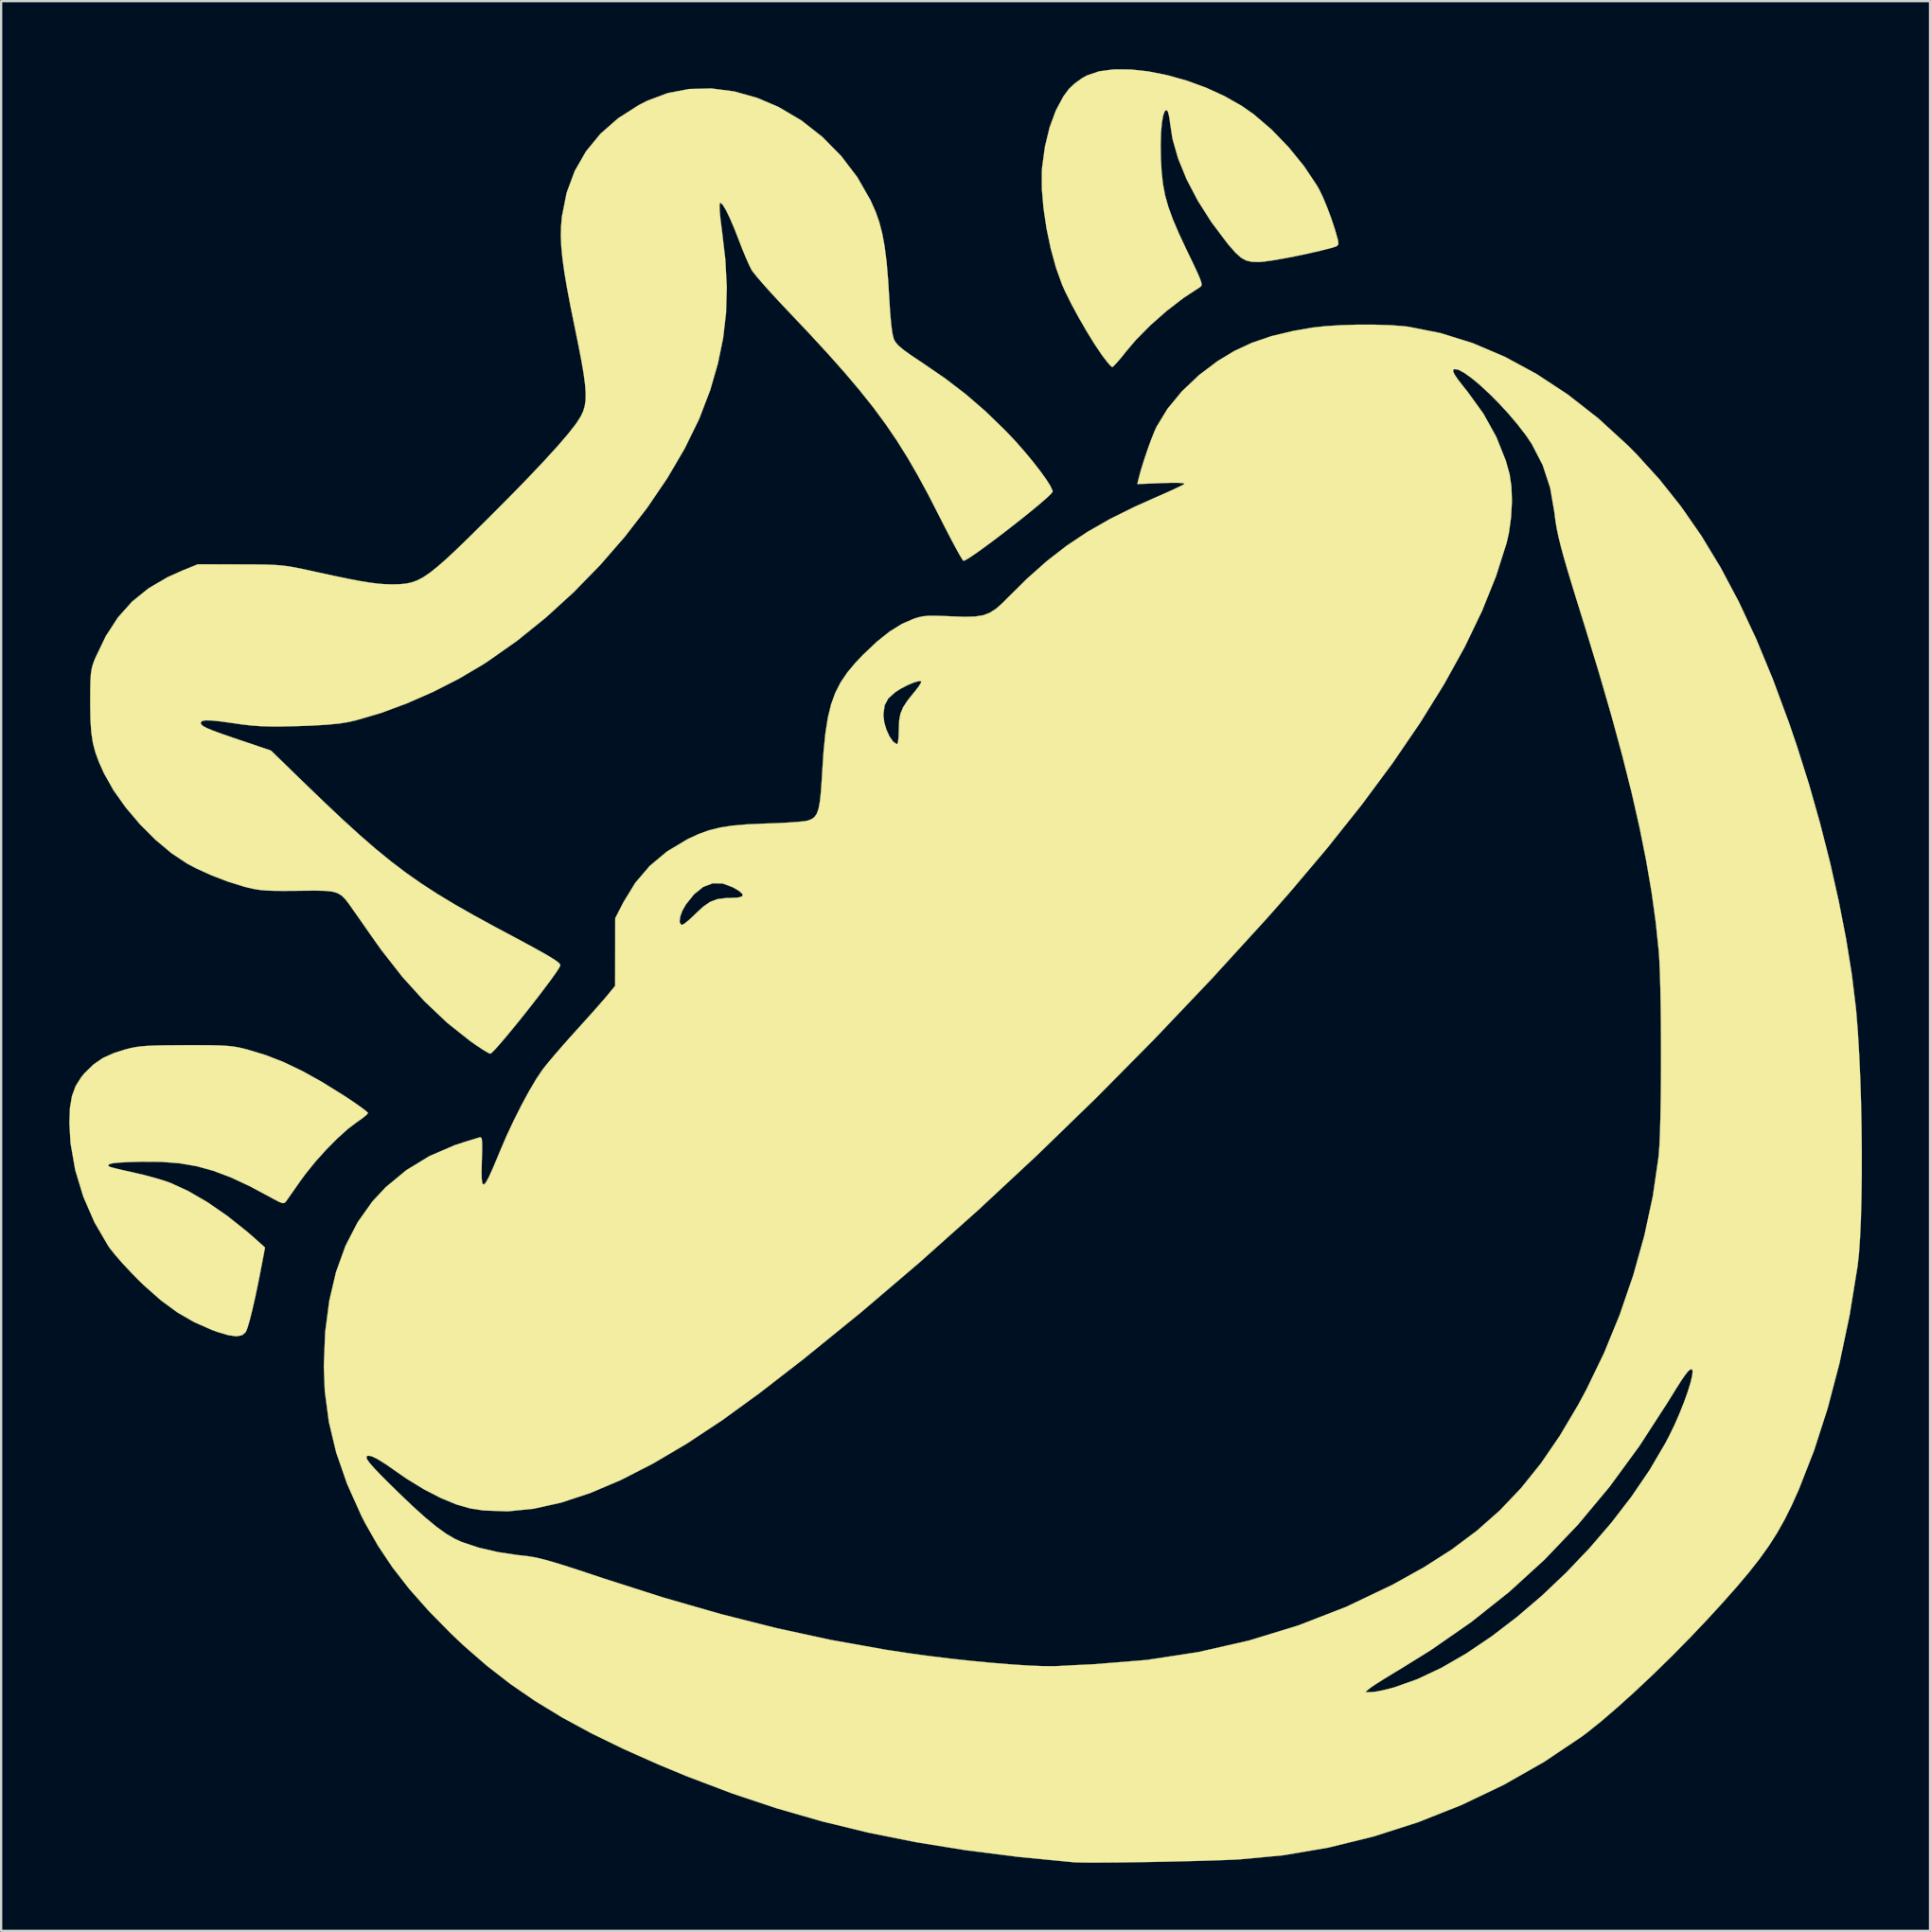
<source format=kicad_pcb>
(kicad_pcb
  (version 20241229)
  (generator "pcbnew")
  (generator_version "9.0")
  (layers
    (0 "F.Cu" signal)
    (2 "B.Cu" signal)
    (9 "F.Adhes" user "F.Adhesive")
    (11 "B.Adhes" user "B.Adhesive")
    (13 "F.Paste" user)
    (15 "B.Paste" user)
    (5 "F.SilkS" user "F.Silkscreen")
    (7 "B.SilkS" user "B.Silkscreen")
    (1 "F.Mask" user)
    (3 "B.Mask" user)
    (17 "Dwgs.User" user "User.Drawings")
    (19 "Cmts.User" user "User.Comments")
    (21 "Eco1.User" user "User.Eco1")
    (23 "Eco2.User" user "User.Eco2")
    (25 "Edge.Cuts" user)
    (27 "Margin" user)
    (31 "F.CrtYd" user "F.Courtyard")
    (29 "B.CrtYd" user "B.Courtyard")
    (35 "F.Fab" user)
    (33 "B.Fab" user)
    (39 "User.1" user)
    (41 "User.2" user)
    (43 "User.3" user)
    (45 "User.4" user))
  (footprint "Silkscreen"
    (layer "F.Cu")
    (at 40.416 32.333)
    (property "Reference" "Silkscreen" (at 0 0 0) (layer "F.SilkS") (effects (font (size 1.524 1.524) (thickness 0.3))))
    (attr through_hole)
    (fp_poly (pts (xy 6.304 -32.325) (xy 7.104 -32.237) (xy 7.943 -32.07) (xy 8.796 -31.829) (xy 9.638 -31.521) (xy 10.447 -31.15) (xy 11.198 -30.724) (xy 11.726 -30.356) (xy 12.511 -29.685) (xy 13.263 -28.907) (xy 13.943 -28.071) (xy 14.509 -27.223) (xy 14.604 -27.057) (xy 14.77 -26.718) (xy 14.956 -26.272) (xy 15.142 -25.775) (xy 15.306 -25.284) (xy 15.427 -24.855) (xy 15.443 -24.79) (xy 15.461 -24.641) (xy 15.4 -24.554) (xy 15.222 -24.487) (xy 15.149 -24.467) (xy 14.661 -24.343) (xy 14.119 -24.219) (xy 13.561 -24.102) (xy 13.025 -23.999) (xy 12.548 -23.917) (xy 12.169 -23.865) (xy 11.966 -23.848) (xy 11.654 -23.855) (xy 11.402 -23.911) (xy 11.174 -24.036) (xy 10.933 -24.252) (xy 10.643 -24.582) (xy 10.556 -24.688) (xy 9.864 -25.608) (xy 9.267 -26.549) (xy 8.775 -27.489) (xy 8.401 -28.406) (xy 8.153 -29.276) (xy 8.056 -29.904) (xy 8.015 -30.213) (xy 7.961 -30.44) (xy 7.904 -30.541) (xy 7.902 -30.541) (xy 7.814 -30.491) (xy 7.741 -30.293) (xy 7.685 -29.965) (xy 7.648 -29.528) (xy 7.633 -29.002) (xy 7.642 -28.407) (xy 7.675 -27.814) (xy 7.734 -27.284) (xy 7.829 -26.783) (xy 7.971 -26.277) (xy 8.168 -25.733) (xy 8.431 -25.116) (xy 8.769 -24.393) (xy 8.83 -24.266) (xy 9.072 -23.764) (xy 9.246 -23.393) (xy 9.359 -23.131) (xy 9.42 -22.957) (xy 9.437 -22.848) (xy 9.415 -22.783) (xy 9.365 -22.742) (xy 8.639 -22.266) (xy 7.896 -21.694) (xy 7.182 -21.064) (xy 6.544 -20.419) (xy 6.133 -19.935) (xy 5.898 -19.642) (xy 5.697 -19.408) (xy 5.555 -19.259) (xy 5.501 -19.219) (xy 5.421 -19.284) (xy 5.273 -19.455) (xy 5.085 -19.7) (xy 5.024 -19.784) (xy 4.708 -20.255) (xy 4.363 -20.816) (xy 4.016 -21.418) (xy 3.695 -22.012) (xy 3.428 -22.55) (xy 3.295 -22.848) (xy 3.025 -23.597) (xy 2.794 -24.439) (xy 2.607 -25.33) (xy 2.475 -26.222) (xy 2.403 -27.069) (xy 2.401 -27.826) (xy 2.414 -28.012) (xy 2.538 -28.925) (xy 2.742 -29.77) (xy 3.018 -30.52) (xy 3.357 -31.15) (xy 3.595 -31.47) (xy 3.849 -31.709) (xy 4.172 -31.942) (xy 4.379 -32.059) (xy 4.918 -32.242) (xy 5.567 -32.328) (xy 6.304 -32.325)) (stroke (width 0.01) (type solid)) (fill yes) (layer "F.SilkS"))
    (fp_poly (pts (xy -34.151 10.634) (xy -33.755 10.644) (xy -33.441 10.663) (xy -33.182 10.691) (xy -32.946 10.732) (xy -32.707 10.788) (xy -32.571 10.823) (xy -31.77 11.066) (xy -30.974 11.377) (xy -30.153 11.769) (xy -29.279 12.256) (xy -28.32 12.852) (xy -28.257 12.893) (xy -27.899 13.132) (xy -27.598 13.342) (xy -27.38 13.505) (xy -27.27 13.602) (xy -27.263 13.617) (xy -27.328 13.698) (xy -27.5 13.839) (xy -27.742 14.009) (xy -27.75 14.014) (xy -28.153 14.32) (xy -28.614 14.736) (xy -29.099 15.225) (xy -29.575 15.754) (xy -30.008 16.289) (xy -30.226 16.586) (xy -30.457 16.916) (xy -30.659 17.204) (xy -30.809 17.417) (xy -30.876 17.512) (xy -30.94 17.576) (xy -31.031 17.584) (xy -31.184 17.527) (xy -31.434 17.396) (xy -31.553 17.33) (xy -32.469 16.84) (xy -33.294 16.455) (xy -34.062 16.165) (xy -34.806 15.959) (xy -35.562 15.83) (xy -36.363 15.767) (xy -37.244 15.762) (xy -37.245 15.762) (xy -37.814 15.778) (xy -38.229 15.799) (xy -38.504 15.829) (xy -38.656 15.869) (xy -38.699 15.921) (xy -38.671 15.968) (xy -38.573 16.004) (xy -38.343 16.065) (xy -38.015 16.142) (xy -37.624 16.228) (xy -37.619 16.229) (xy -37.146 16.339) (xy -36.657 16.47) (xy -36.219 16.602) (xy -35.971 16.689) (xy -35.182 17.05) (xy -34.336 17.541) (xy -33.462 18.144) (xy -32.584 18.842) (xy -32.261 19.124) (xy -31.798 19.538) (xy -31.948 20.331) (xy -32.089 21.054) (xy -32.226 21.708) (xy -32.355 22.275) (xy -32.47 22.734) (xy -32.568 23.067) (xy -32.643 23.254) (xy -32.648 23.262) (xy -32.805 23.399) (xy -33.051 23.446) (xy -33.402 23.401) (xy -33.873 23.263) (xy -34.135 23.168) (xy -34.919 22.823) (xy -35.656 22.397) (xy -36.38 21.866) (xy -37.126 21.207) (xy -37.343 20.997) (xy -37.712 20.621) (xy -38.07 20.237) (xy -38.382 19.88) (xy -38.617 19.588) (xy -38.691 19.485) (xy -39.311 18.422) (xy -39.802 17.292) (xy -40.155 16.124) (xy -40.36 14.948) (xy -40.411 14.055) (xy -40.387 13.4) (xy -40.298 12.869) (xy -40.134 12.425) (xy -39.884 12.031) (xy -39.742 11.861) (xy -39.355 11.483) (xy -38.941 11.197) (xy -38.45 10.975) (xy -37.966 10.822) (xy -37.732 10.762) (xy -37.504 10.716) (xy -37.256 10.682) (xy -36.959 10.659) (xy -36.583 10.644) (xy -36.102 10.636) (xy -35.487 10.632) (xy -35.306 10.631) (xy -34.658 10.631) (xy -34.151 10.634)) (stroke (width 0.01) (type solid)) (fill yes) (layer "F.SilkS"))
    (fp_poly (pts (xy -11.14 -31.358) (xy -10.122 -31.072) (xy -9.186 -30.672) (xy -8.185 -30.081) (xy -7.26 -29.355) (xy -6.432 -28.514) (xy -5.72 -27.58) (xy -5.143 -26.573) (xy -4.913 -26.055) (xy -4.754 -25.603) (xy -4.624 -25.101) (xy -4.518 -24.525) (xy -4.433 -23.849) (xy -4.365 -23.049) (xy -4.322 -22.333) (xy -4.278 -21.641) (xy -4.229 -21.092) (xy -4.175 -20.695) (xy -4.116 -20.459) (xy -4.113 -20.449) (xy -4.035 -20.312) (xy -3.904 -20.164) (xy -3.697 -19.989) (xy -3.392 -19.768) (xy -2.967 -19.482) (xy -2.875 -19.422) (xy -1.856 -18.724) (xy -0.946 -18.027) (xy -0.091 -17.288) (xy 0.763 -16.461) (xy 0.901 -16.32) (xy 1.286 -15.909) (xy 1.666 -15.475) (xy 2.023 -15.043) (xy 2.34 -14.635) (xy 2.599 -14.274) (xy 2.782 -13.983) (xy 2.872 -13.784) (xy 2.879 -13.742) (xy 2.814 -13.651) (xy 2.633 -13.476) (xy 2.357 -13.235) (xy 2.007 -12.943) (xy 1.604 -12.617) (xy 1.168 -12.272) (xy 0.72 -11.925) (xy 0.281 -11.592) (xy -0.129 -11.288) (xy -0.488 -11.031) (xy -0.776 -10.835) (xy -0.972 -10.719) (xy -1.05 -10.693) (xy -1.112 -10.774) (xy -1.237 -10.986) (xy -1.415 -11.31) (xy -1.635 -11.723) (xy -1.885 -12.207) (xy -2.117 -12.664) (xy -2.592 -13.592) (xy -3.052 -14.441) (xy -3.51 -15.232) (xy -3.98 -15.982) (xy -4.476 -16.711) (xy -5.013 -17.438) (xy -5.606 -18.183) (xy -6.267 -18.965) (xy -7.011 -19.803) (xy -7.853 -20.716) (xy -8.801 -21.717) (xy -9.204 -22.145) (xy -9.578 -22.552) (xy -9.904 -22.917) (xy -10.16 -23.216) (xy -10.328 -23.428) (xy -10.374 -23.495) (xy -10.486 -23.717) (xy -10.633 -24.048) (xy -10.794 -24.438) (xy -10.904 -24.723) (xy -11.127 -25.297) (xy -11.33 -25.771) (xy -11.505 -26.132) (xy -11.645 -26.364) (xy -11.743 -26.455) (xy -11.771 -26.447) (xy -11.789 -26.337) (xy -11.78 -26.091) (xy -11.747 -25.737) (xy -11.691 -25.305) (xy -11.687 -25.273) (xy -11.532 -23.955) (xy -11.469 -22.744) (xy -11.501 -21.603) (xy -11.63 -20.496) (xy -11.858 -19.387) (xy -12.19 -18.237) (xy -12.2 -18.203) (xy -12.685 -16.938) (xy -13.319 -15.642) (xy -14.086 -14.333) (xy -14.973 -13.028) (xy -15.966 -11.744) (xy -17.05 -10.499) (xy -18.211 -9.31) (xy -19.436 -8.193) (xy -20.708 -7.167) (xy -22.016 -6.248) (xy -22.2 -6.129) (xy -23.26 -5.504) (xy -24.389 -4.928) (xy -25.547 -4.419) (xy -26.689 -3.996) (xy -27.776 -3.676) (xy -28.109 -3.598) (xy -28.519 -3.531) (xy -29.082 -3.477) (xy -29.784 -3.436) (xy -30.395 -3.415) (xy -31.036 -3.401) (xy -31.554 -3.4) (xy -31.993 -3.413) (xy -32.4 -3.443) (xy -32.82 -3.491) (xy -33.208 -3.547) (xy -33.752 -3.623) (xy -34.148 -3.664) (xy -34.414 -3.67) (xy -34.567 -3.642) (xy -34.627 -3.578) (xy -34.629 -3.557) (xy -34.605 -3.49) (xy -34.521 -3.416) (xy -34.357 -3.33) (xy -34.096 -3.221) (xy -33.718 -3.082) (xy -33.204 -2.904) (xy -32.974 -2.826) (xy -31.538 -2.342) (xy -30.137 -0.981) (xy -29.214 -0.091) (xy -28.385 0.691) (xy -27.629 1.379) (xy -26.924 1.991) (xy -26.25 2.54) (xy -25.586 3.044) (xy -24.911 3.517) (xy -24.203 3.976) (xy -23.441 4.436) (xy -22.605 4.912) (xy -21.673 5.421) (xy -21.185 5.681) (xy -20.502 6.046) (xy -19.956 6.342) (xy -19.534 6.577) (xy -19.221 6.76) (xy -19.005 6.898) (xy -18.871 7) (xy -18.807 7.074) (xy -18.796 7.112) (xy -18.847 7.223) (xy -18.989 7.441) (xy -19.206 7.745) (xy -19.482 8.115) (xy -19.799 8.531) (xy -20.142 8.971) (xy -20.494 9.415) (xy -20.84 9.842) (xy -21.162 10.232) (xy -21.444 10.563) (xy -21.67 10.816) (xy -21.823 10.969) (xy -21.881 11.007) (xy -21.989 10.96) (xy -22.201 10.833) (xy -22.485 10.645) (xy -22.762 10.452) (xy -23.774 9.649) (xy -24.777 8.7) (xy -25.75 7.626) (xy -26.671 6.45) (xy -26.893 6.138) (xy -27.174 5.739) (xy -27.465 5.323) (xy -27.728 4.947) (xy -27.883 4.727) (xy -28.093 4.427) (xy -28.267 4.201) (xy -28.432 4.04) (xy -28.617 3.931) (xy -28.85 3.866) (xy -29.158 3.835) (xy -29.57 3.826) (xy -30.113 3.83) (xy -30.34 3.833) (xy -30.925 3.837) (xy -31.376 3.835) (xy -31.727 3.822) (xy -32.014 3.797) (xy -32.272 3.757) (xy -32.536 3.698) (xy -32.722 3.651) (xy -33.411 3.438) (xy -34.141 3.159) (xy -34.832 2.846) (xy -35.221 2.641) (xy -35.913 2.181) (xy -36.616 1.593) (xy -37.298 0.913) (xy -37.924 0.175) (xy -38.464 -0.583) (xy -38.883 -1.328) (xy -38.9 -1.362) (xy -39.113 -1.839) (xy -39.269 -2.267) (xy -39.378 -2.686) (xy -39.446 -3.14) (xy -39.483 -3.669) (xy -39.494 -4.315) (xy -39.494 -4.487) (xy -39.492 -5.014) (xy -39.484 -5.405) (xy -39.466 -5.696) (xy -39.434 -5.92) (xy -39.386 -6.112) (xy -39.315 -6.306) (xy -39.272 -6.412) (xy -38.808 -7.377) (xy -38.275 -8.199) (xy -37.655 -8.894) (xy -36.93 -9.481) (xy -36.084 -9.976) (xy -35.433 -10.267) (xy -34.756 -10.541) (xy -32.893 -10.536) (xy -32.279 -10.534) (xy -31.797 -10.528) (xy -31.408 -10.514) (xy -31.076 -10.489) (xy -30.763 -10.45) (xy -30.43 -10.392) (xy -30.041 -10.312) (xy -29.591 -10.213) (xy -28.808 -10.043) (xy -28.166 -9.909) (xy -27.641 -9.808) (xy -27.208 -9.737) (xy -26.843 -9.69) (xy -26.523 -9.664) (xy -26.224 -9.656) (xy -26.162 -9.656) (xy -25.865 -9.663) (xy -25.597 -9.689) (xy -25.344 -9.743) (xy -25.092 -9.835) (xy -24.827 -9.975) (xy -24.534 -10.174) (xy -24.199 -10.44) (xy -23.807 -10.785) (xy -23.345 -11.217) (xy -22.798 -11.748) (xy -22.152 -12.387) (xy -21.922 -12.615) (xy -20.99 -13.552) (xy -20.174 -14.391) (xy -19.476 -15.13) (xy -18.897 -15.766) (xy -18.441 -16.299) (xy -18.108 -16.725) (xy -17.902 -17.042) (xy -17.902 -17.043) (xy -17.799 -17.259) (xy -17.727 -17.487) (xy -17.687 -17.748) (xy -17.68 -18.061) (xy -17.707 -18.444) (xy -17.769 -18.918) (xy -17.869 -19.501) (xy -18.006 -20.213) (xy -18.15 -20.918) (xy -18.347 -21.884) (xy -18.503 -22.707) (xy -18.621 -23.408) (xy -18.704 -24.007) (xy -18.754 -24.526) (xy -18.774 -24.986) (xy -18.765 -25.406) (xy -18.731 -25.809) (xy -18.725 -25.864) (xy -18.518 -26.9) (xy -18.164 -27.854) (xy -17.666 -28.721) (xy -17.028 -29.497) (xy -16.252 -30.177) (xy -15.342 -30.758) (xy -14.973 -30.946) (xy -14.076 -31.284) (xy -13.129 -31.464) (xy -12.146 -31.489) (xy -11.14 -31.358)) (stroke (width 0.01) (type solid)) (fill yes) (layer "F.SilkS"))
    (fp_poly (pts (xy 17.706 -21.069) (xy 18.306 -21.026) (xy 18.534 -21) (xy 19.952 -20.72) (xy 21.373 -20.277) (xy 22.787 -19.675) (xy 24.185 -18.918) (xy 25.56 -18.013) (xy 26.901 -16.964) (xy 28.199 -15.776) (xy 28.586 -15.386) (xy 29.596 -14.275) (xy 30.544 -13.083) (xy 31.437 -11.797) (xy 32.281 -10.406) (xy 33.082 -8.899) (xy 33.848 -7.263) (xy 34.584 -5.487) (xy 35.297 -3.56) (xy 35.645 -2.54) (xy 36.176 -0.861) (xy 36.664 0.859) (xy 37.104 2.589) (xy 37.488 4.298) (xy 37.811 5.956) (xy 38.064 7.533) (xy 38.242 8.999) (xy 38.263 9.229) (xy 38.331 10.094) (xy 38.387 11.049) (xy 38.433 12.07) (xy 38.467 13.134) (xy 38.489 14.216) (xy 38.5 15.295) (xy 38.499 16.346) (xy 38.486 17.345) (xy 38.462 18.269) (xy 38.425 19.096) (xy 38.377 19.8) (xy 38.316 20.359) (xy 38.315 20.362) (xy 37.958 22.551) (xy 37.517 24.642) (xy 36.997 26.621) (xy 36.4 28.475) (xy 35.73 30.188) (xy 35.707 30.24) (xy 35.406 30.909) (xy 35.1 31.522) (xy 34.774 32.101) (xy 34.413 32.668) (xy 34 33.245) (xy 33.522 33.854) (xy 32.962 34.516) (xy 32.304 35.255) (xy 31.723 35.888) (xy 30.948 36.706) (xy 30.144 37.522) (xy 29.333 38.316) (xy 28.535 39.067) (xy 27.771 39.758) (xy 27.064 40.367) (xy 26.433 40.875) (xy 26.162 41.078) (xy 24.501 42.191) (xy 22.734 43.195) (xy 20.88 44.081) (xy 18.962 44.841) (xy 17.002 45.469) (xy 15.02 45.956) (xy 13.039 46.294) (xy 11.091 46.476) (xy 10.618 46.498) (xy 10.042 46.519) (xy 9.388 46.539) (xy 8.678 46.557) (xy 7.938 46.574) (xy 7.19 46.589) (xy 6.46 46.601) (xy 5.769 46.61) (xy 5.143 46.615) (xy 4.604 46.617) (xy 4.177 46.614) (xy 3.886 46.606) (xy 3.81 46.602) (xy 1.361 46.365) (xy -0.949 46.072) (xy -3.145 45.717) (xy -5.25 45.295) (xy -7.287 44.799) (xy -9.279 44.225) (xy -11.25 43.567) (xy -13.223 42.819) (xy -14.434 42.318) (xy -16.002 41.621) (xy -17.424 40.929) (xy -18.718 40.227) (xy -19.908 39.502) (xy -20.478 39.11) (xy 16.637 39.11) (xy 16.903 39.113) (xy 17.103 39.091) (xy 17.412 39.03) (xy 17.772 38.942) (xy 17.919 38.901) (xy 18.936 38.541) (xy 20.001 38.038) (xy 21.096 37.405) (xy 22.207 36.655) (xy 23.319 35.804) (xy 24.417 34.866) (xy 25.484 33.853) (xy 26.507 32.78) (xy 27.47 31.661) (xy 28.357 30.51) (xy 29.153 29.342) (xy 29.843 28.169) (xy 30.039 27.794) (xy 30.269 27.318) (xy 30.483 26.826) (xy 30.675 26.343) (xy 30.836 25.892) (xy 30.958 25.498) (xy 31.034 25.184) (xy 31.055 24.974) (xy 31.013 24.892) (xy 31.008 24.892) (xy 30.939 24.914) (xy 30.85 24.992) (xy 30.729 25.143) (xy 30.563 25.384) (xy 30.339 25.734) (xy 30.046 26.208) (xy 29.97 26.331) (xy 28.708 28.28) (xy 27.392 30.077) (xy 26.007 31.737) (xy 24.542 33.272) (xy 22.982 34.696) (xy 21.314 36.022) (xy 19.526 37.264) (xy 18.225 38.072) (xy 17.81 38.322) (xy 17.432 38.554) (xy 17.122 38.75) (xy 16.911 38.891) (xy 16.849 38.937) (xy 16.637 39.11) (xy -20.478 39.11) (xy -21.014 38.741) (xy -22.056 37.931) (xy -23.057 37.059) (xy -23.611 36.535) (xy -24.598 35.53) (xy -25.45 34.568) (xy -26.186 33.622) (xy -26.826 32.665) (xy -27.391 31.672) (xy -27.557 31.347) (xy -28.187 29.942) (xy -28.587 28.787) (xy -27.333 28.787) (xy -27.29 28.888) (xy -27.176 29.044) (xy -26.979 29.266) (xy -26.689 29.569) (xy -26.294 29.964) (xy -25.932 30.318) (xy -25.286 30.936) (xy -24.73 31.436) (xy -24.25 31.832) (xy -23.828 32.136) (xy -23.447 32.361) (xy -23.137 32.503) (xy -22.386 32.751) (xy -21.537 32.948) (xy -20.656 33.08) (xy -20.524 33.093) (xy -20.272 33.121) (xy -20.023 33.159) (xy -19.755 33.214) (xy -19.446 33.291) (xy -19.077 33.396) (xy -18.624 33.535) (xy -18.068 33.714) (xy -17.386 33.94) (xy -16.883 34.108) (xy -14.262 34.947) (xy -11.735 35.674) (xy -9.279 36.295) (xy -6.868 36.817) (xy -4.476 37.244) (xy -3.344 37.416) (xy -2.468 37.534) (xy -1.569 37.643) (xy -0.673 37.739) (xy 0.196 37.822) (xy 1.012 37.889) (xy 1.751 37.938) (xy 2.387 37.966) (xy 2.896 37.972) (xy 3.133 37.964) (xy 3.401 37.949) (xy 3.787 37.928) (xy 4.239 37.906) (xy 4.699 37.884) (xy 7.02 37.696) (xy 9.296 37.347) (xy 11.522 36.84) (xy 13.691 36.176) (xy 15.798 35.358) (xy 17.837 34.386) (xy 19.224 33.614) (xy 20.442 32.837) (xy 21.549 32.01) (xy 22.563 31.114) (xy 23.498 30.131) (xy 24.373 29.041) (xy 25.204 27.828) (xy 26.009 26.472) (xy 26.372 25.799) (xy 27.149 24.193) (xy 27.841 22.503) (xy 28.438 20.763) (xy 28.929 19.008) (xy 29.302 17.275) (xy 29.546 15.598) (xy 29.562 15.452) (xy 29.591 15.06) (xy 29.615 14.525) (xy 29.634 13.871) (xy 29.648 13.125) (xy 29.658 12.312) (xy 29.663 11.458) (xy 29.662 10.587) (xy 29.657 9.726) (xy 29.647 8.9) (xy 29.633 8.134) (xy 29.613 7.455) (xy 29.589 6.888) (xy 29.561 6.477) (xy 29.428 5.206) (xy 29.245 3.885) (xy 29.008 2.503) (xy 28.716 1.047) (xy 28.365 -0.496) (xy 27.951 -2.14) (xy 27.473 -3.896) (xy 26.927 -5.777) (xy 26.311 -7.797) (xy 26.247 -8.001) (xy 25.962 -8.917) (xy 25.724 -9.69) (xy 25.529 -10.339) (xy 25.372 -10.881) (xy 25.249 -11.337) (xy 25.154 -11.722) (xy 25.082 -12.057) (xy 25.028 -12.359) (xy 24.989 -12.646) (xy 24.971 -12.808) (xy 24.782 -13.904) (xy 24.45 -14.911) (xy 23.974 -15.833) (xy 23.718 -16.214) (xy 23.351 -16.691) (xy 22.948 -17.166) (xy 22.528 -17.624) (xy 22.106 -18.047) (xy 21.7 -18.423) (xy 21.326 -18.735) (xy 21.001 -18.967) (xy 20.742 -19.106) (xy 20.566 -19.134) (xy 20.521 -19.11) (xy 20.508 -19.036) (xy 20.572 -18.897) (xy 20.721 -18.676) (xy 20.969 -18.356) (xy 21.14 -18.144) (xy 21.843 -17.172) (xy 22.409 -16.151) (xy 22.827 -15.107) (xy 22.995 -14.508) (xy 23.076 -13.957) (xy 23.098 -13.307) (xy 23.06 -12.614) (xy 22.967 -11.937) (xy 22.864 -11.48) (xy 22.399 -10.017) (xy 21.786 -8.495) (xy 21.025 -6.911) (xy 20.115 -5.266) (xy 19.054 -3.558) (xy 17.843 -1.785) (xy 16.48 0.053) (xy 14.964 1.957) (xy 13.296 3.93) (xy 12.315 5.042) (xy 9.853 7.737) (xy 7.335 10.384) (xy 4.778 12.967) (xy 2.195 15.474) (xy -0.399 17.889) (xy -2.988 20.2) (xy -5.558 22.392) (xy -8.093 24.451) (xy -10.033 25.953) (xy -11.666 27.139) (xy -13.227 28.171) (xy -14.718 29.051) (xy -16.137 29.777) (xy -17.486 30.35) (xy -18.765 30.771) (xy -19.973 31.038) (xy -21.112 31.153) (xy -22.181 31.115) (xy -22.758 31.026) (xy -23.372 30.851) (xy -24.065 30.564) (xy -24.806 30.181) (xy -25.561 29.719) (xy -25.993 29.421) (xy -26.472 29.086) (xy -26.836 28.858) (xy -27.095 28.731) (xy -27.258 28.701) (xy -27.316 28.727) (xy -27.333 28.787) (xy -28.587 28.787) (xy -28.662 28.573) (xy -28.987 27.219) (xy -29.167 25.859) (xy -29.21 24.762) (xy -29.15 23.269) (xy -28.97 21.886) (xy -28.672 20.616) (xy -28.255 19.462) (xy -27.721 18.426) (xy -27.071 17.51) (xy -26.489 16.886) (xy -25.577 16.132) (xy -24.564 15.515) (xy -23.452 15.035) (xy -23.059 14.905) (xy -22.752 14.811) (xy -22.498 14.733) (xy -22.35 14.688) (xy -22.348 14.687) (xy -22.294 14.689) (xy -22.259 14.75) (xy -22.242 14.897) (xy -22.238 15.153) (xy -22.247 15.546) (xy -22.253 15.705) (xy -22.264 16.183) (xy -22.258 16.522) (xy -22.228 16.719) (xy -22.169 16.772) (xy -22.076 16.678) (xy -21.943 16.434) (xy -21.763 16.037) (xy -21.532 15.485) (xy -21.466 15.325) (xy -21.175 14.646) (xy -20.851 13.953) (xy -20.512 13.278) (xy -20.176 12.658) (xy -19.861 12.124) (xy -19.585 11.713) (xy -19.564 11.684) (xy -19.366 11.436) (xy -19.082 11.097) (xy -18.741 10.702) (xy -18.371 10.284) (xy -18.101 9.985) (xy -17.739 9.584) (xy -17.39 9.196) (xy -17.083 8.849) (xy -16.843 8.573) (xy -16.719 8.426) (xy -16.383 8.016) (xy -16.381 6.527) (xy -16.38 5.197) (xy -13.547 5.197) (xy -13.492 5.318) (xy -13.438 5.334) (xy -13.33 5.277) (xy -13.143 5.127) (xy -12.914 4.914) (xy -12.871 4.87) (xy -12.514 4.537) (xy -12.201 4.321) (xy -11.883 4.201) (xy -11.508 4.153) (xy -11.311 4.149) (xy -10.966 4.131) (xy -10.787 4.078) (xy -10.771 3.984) (xy -10.919 3.847) (xy -11.185 3.686) (xy -11.645 3.512) (xy -12.085 3.504) (xy -12.506 3.662) (xy -12.91 3.987) (xy -13.271 4.439) (xy -13.429 4.72) (xy -13.523 4.985) (xy -13.547 5.197) (xy -16.38 5.197) (xy -16.379 5.038) (xy -16.025 4.347) (xy -15.497 3.482) (xy -14.864 2.741) (xy -14.11 2.109) (xy -13.223 1.575) (xy -13.177 1.551) (xy -12.712 1.336) (xy -12.256 1.172) (xy -11.773 1.05) (xy -11.227 0.965) (xy -10.585 0.909) (xy -9.81 0.875) (xy -9.779 0.874) (xy -9.264 0.856) (xy -8.786 0.831) (xy -8.379 0.803) (xy -8.08 0.774) (xy -7.938 0.751) (xy -7.756 0.689) (xy -7.614 0.594) (xy -7.507 0.442) (xy -7.427 0.214) (xy -7.367 -0.113) (xy -7.321 -0.56) (xy -7.281 -1.149) (xy -7.27 -1.343) (xy -7.208 -2.294) (xy -7.127 -3.099) (xy -7.02 -3.782) (xy -6.995 -3.886) (xy -4.572 -3.886) (xy -4.535 -3.577) (xy -4.439 -3.254) (xy -4.304 -2.96) (xy -4.15 -2.737) (xy -3.998 -2.629) (xy -3.966 -2.625) (xy -3.932 -2.703) (xy -3.907 -2.909) (xy -3.894 -3.203) (xy -3.893 -3.281) (xy -3.879 -3.657) (xy -3.823 -3.963) (xy -3.707 -4.243) (xy -3.511 -4.544) (xy -3.215 -4.913) (xy -3.184 -4.949) (xy -3.018 -5.162) (xy -2.92 -5.324) (xy -2.907 -5.391) (xy -3.021 -5.398) (xy -3.236 -5.335) (xy -3.509 -5.22) (xy -3.797 -5.071) (xy -4.057 -4.906) (xy -4.061 -4.903) (xy -4.356 -4.637) (xy -4.517 -4.339) (xy -4.571 -3.954) (xy -4.572 -3.886) (xy -6.995 -3.886) (xy -6.878 -4.368) (xy -6.694 -4.879) (xy -6.459 -5.34) (xy -6.165 -5.775) (xy -5.804 -6.207) (xy -5.478 -6.549) (xy -4.861 -7.134) (xy -4.296 -7.583) (xy -3.76 -7.915) (xy -3.243 -8.141) (xy -3.034 -8.207) (xy -2.833 -8.25) (xy -2.599 -8.272) (xy -2.296 -8.275) (xy -1.885 -8.262) (xy -1.572 -8.248) (xy -0.991 -8.228) (xy -0.54 -8.24) (xy -0.184 -8.296) (xy 0.114 -8.409) (xy 0.392 -8.589) (xy 0.685 -8.85) (xy 0.889 -9.056) (xy 1.77 -9.927) (xy 2.627 -10.687) (xy 3.494 -11.358) (xy 4.403 -11.964) (xy 5.388 -12.528) (xy 6.484 -13.072) (xy 7.366 -13.467) (xy 7.792 -13.653) (xy 8.165 -13.822) (xy 8.456 -13.959) (xy 8.636 -14.051) (xy 8.678 -14.078) (xy 8.638 -14.111) (xy 8.437 -14.128) (xy 8.083 -14.129) (xy 7.684 -14.116) (xy 6.605 -14.073) (xy 6.658 -14.296) (xy 6.758 -14.669) (xy 6.897 -15.119) (xy 7.057 -15.595) (xy 7.221 -16.046) (xy 7.371 -16.419) (xy 7.452 -16.595) (xy 7.931 -17.382) (xy 8.559 -18.146) (xy 9.313 -18.863) (xy 10.138 -19.487) (xy 10.875 -19.932) (xy 11.657 -20.295) (xy 12.513 -20.586) (xy 13.477 -20.816) (xy 14.309 -20.96) (xy 14.872 -21.023) (xy 15.545 -21.066) (xy 16.275 -21.089) (xy 17.012 -21.09) (xy 17.706 -21.069)) (stroke (width 0.01) (type solid)) (fill yes) (layer "F.SilkS")))
  (gr_rect
    (start -3 -3)
    (end 81.921 81.955)
    (stroke (width 0.1) (type default))
    (fill no)
    (layer "Edge.Cuts")))
</source>
